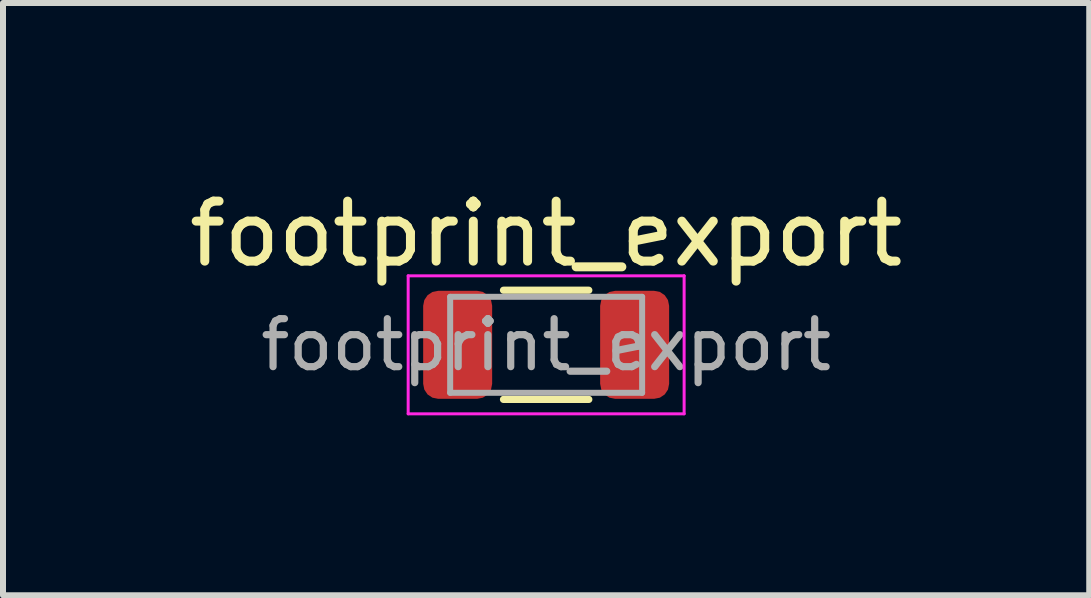
<source format=kicad_pcb>
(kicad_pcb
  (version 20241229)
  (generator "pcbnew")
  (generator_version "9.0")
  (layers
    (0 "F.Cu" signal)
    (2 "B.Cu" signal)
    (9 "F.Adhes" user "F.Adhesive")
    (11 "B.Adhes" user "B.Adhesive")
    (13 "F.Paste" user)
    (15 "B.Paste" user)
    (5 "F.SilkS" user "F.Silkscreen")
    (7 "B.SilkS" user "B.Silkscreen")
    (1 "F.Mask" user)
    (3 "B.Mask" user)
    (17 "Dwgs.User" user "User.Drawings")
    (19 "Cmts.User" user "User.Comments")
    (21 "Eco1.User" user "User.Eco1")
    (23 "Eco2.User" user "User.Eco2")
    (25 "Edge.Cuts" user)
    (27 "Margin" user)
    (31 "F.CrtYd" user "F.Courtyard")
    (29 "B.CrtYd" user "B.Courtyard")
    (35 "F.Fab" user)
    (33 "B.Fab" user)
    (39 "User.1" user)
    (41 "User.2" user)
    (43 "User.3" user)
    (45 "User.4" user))
  (footprint "footprint_export"
    (layer "F.Cu")
    (at 6.054 2.698)
    (property "Reference" "footprint_export" (at 0 -1.85 0) (layer "F.SilkS") (effects (font (size 1 1) (thickness 0.15))))
    (attr smd)
    (fp_line (start -0.711 -0.91) (end 0.711 -0.91) (stroke (width 0.12) (type solid)) (layer "F.SilkS"))
    (fp_line (start -0.711 0.91) (end 0.711 0.91) (stroke (width 0.12) (type solid)) (layer "F.SilkS"))
    (fp_line (start -2.3 -1.15) (end 2.3 -1.15) (stroke (width 0.05) (type solid)) (layer "F.CrtYd"))
    (fp_line (start -2.3 1.15) (end -2.3 -1.15) (stroke (width 0.05) (type solid)) (layer "F.CrtYd"))
    (fp_line (start 2.3 -1.15) (end 2.3 1.15) (stroke (width 0.05) (type solid)) (layer "F.CrtYd"))
    (fp_line (start 2.3 1.15) (end -2.3 1.15) (stroke (width 0.05) (type solid)) (layer "F.CrtYd"))
    (fp_line (start -1.6 -0.8) (end 1.6 -0.8) (stroke (width 0.1) (type solid)) (layer "F.Fab"))
    (fp_line (start -1.6 0.8) (end -1.6 -0.8) (stroke (width 0.1) (type solid)) (layer "F.Fab"))
    (fp_line (start 1.6 -0.8) (end 1.6 0.8) (stroke (width 0.1) (type solid)) (layer "F.Fab"))
    (fp_line (start 1.6 0.8) (end -1.6 0.8) (stroke (width 0.1) (type solid)) (layer "F.Fab"))
    (fp_text user "${REFERENCE}" (at 0 0 0) (layer "F.Fab") (effects (font (size 0.8 0.8) (thickness 0.12))))
    (pad "1" smd roundrect (at -1.475 0) (size 1.15 1.8) (layers "F.Cu" "F.Mask" "F.Paste") (roundrect_rratio 0.217))
    (pad "2" smd roundrect (at 1.475 0) (size 1.15 1.8) (layers "F.Cu" "F.Mask" "F.Paste") (roundrect_rratio 0.217)))
  (gr_rect
    (start -3 -3)
    (end 15.107 6.873)
    (stroke (width 0.1) (type default))
    (fill no)
    (layer "Edge.Cuts")))
</source>
